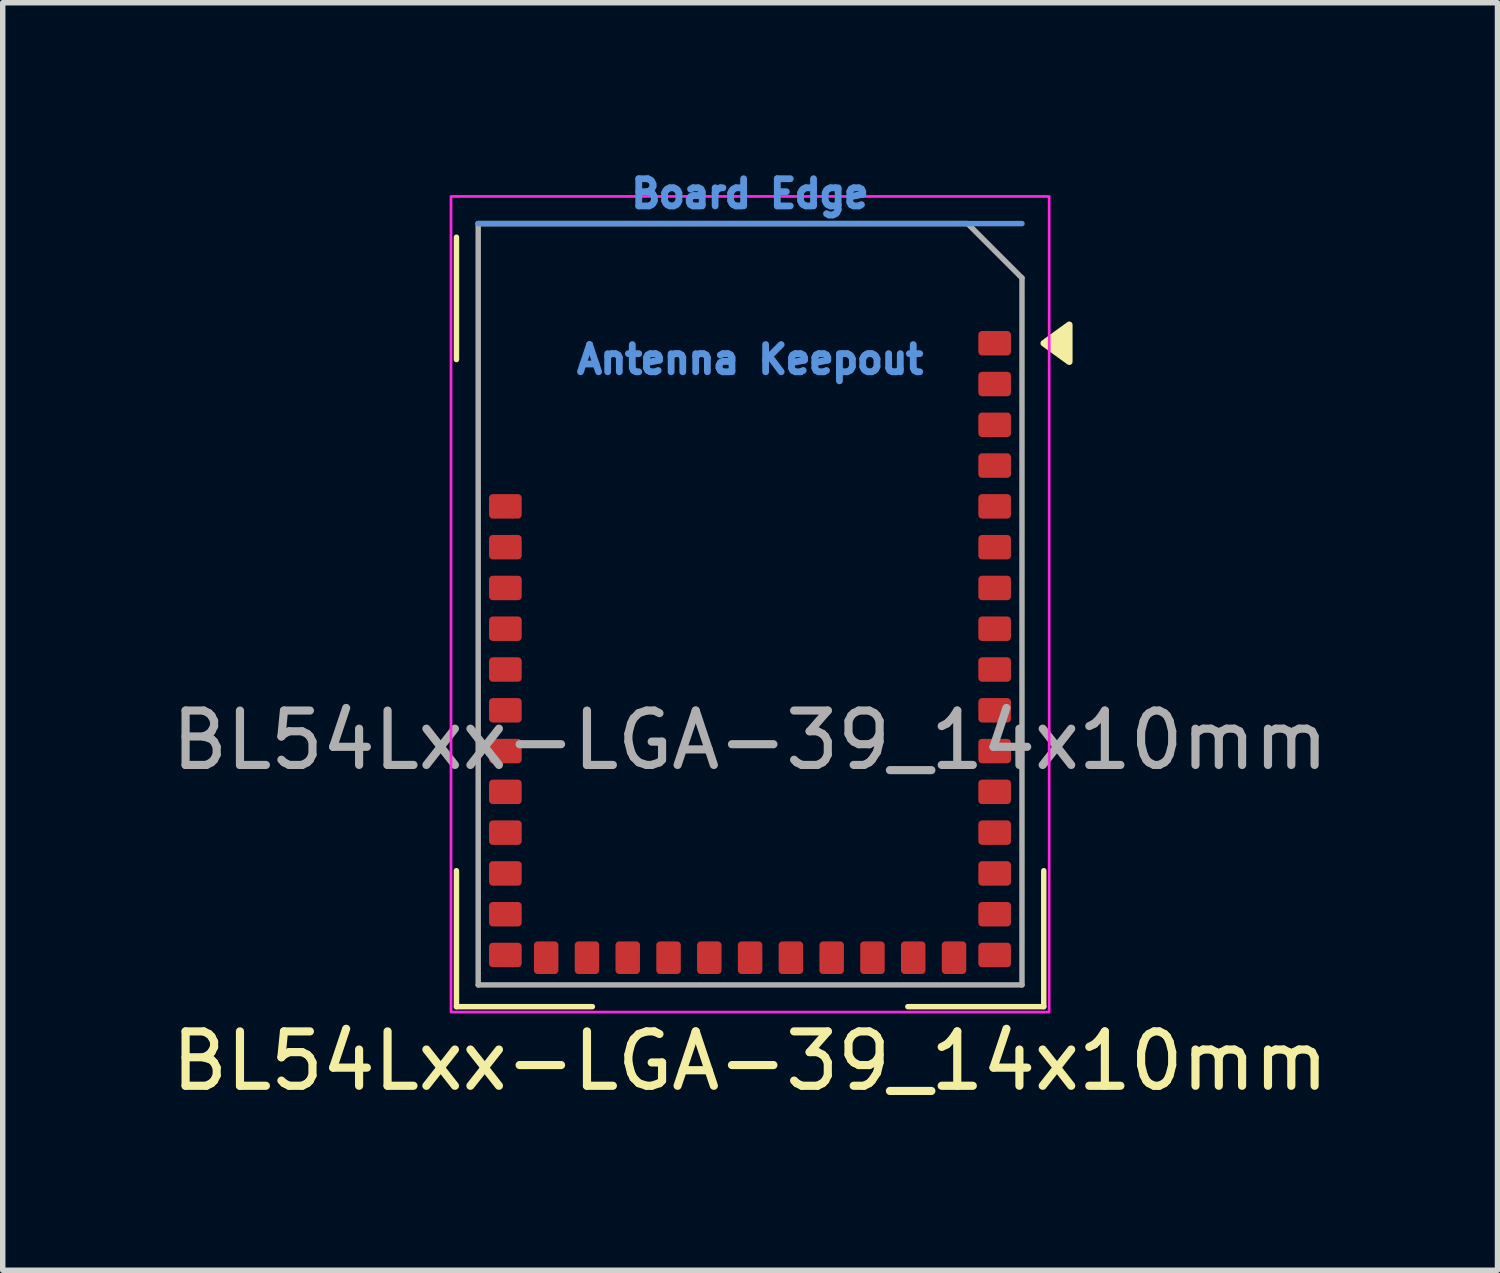
<source format=kicad_pcb>
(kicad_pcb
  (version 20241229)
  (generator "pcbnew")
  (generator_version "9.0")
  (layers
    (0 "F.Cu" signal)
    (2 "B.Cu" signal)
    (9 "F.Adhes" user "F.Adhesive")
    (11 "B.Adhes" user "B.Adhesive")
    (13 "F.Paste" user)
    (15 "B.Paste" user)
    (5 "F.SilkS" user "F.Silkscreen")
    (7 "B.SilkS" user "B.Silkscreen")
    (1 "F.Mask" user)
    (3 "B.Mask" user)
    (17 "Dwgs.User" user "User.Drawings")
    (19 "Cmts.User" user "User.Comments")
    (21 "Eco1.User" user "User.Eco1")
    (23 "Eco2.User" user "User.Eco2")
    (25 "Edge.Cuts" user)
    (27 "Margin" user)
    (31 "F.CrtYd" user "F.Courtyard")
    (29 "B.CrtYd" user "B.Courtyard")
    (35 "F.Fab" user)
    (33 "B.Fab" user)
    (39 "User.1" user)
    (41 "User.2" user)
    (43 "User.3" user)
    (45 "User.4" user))
  (footprint "BL54Lxx-LGA-39_14x10mm"
    (layer "F.Cu")
    (at 10.744 8.062)
    (property "Reference" "BL54Lxx-LGA-39_14x10mm" (at 0 8.4 0) (unlocked yes) (layer "F.SilkS") (effects (font (size 1 1) (thickness 0.15))))
    (attr smd)
    (fp_line (start -5.4 -4.5) (end -5.4 -6.75) (stroke (width 0.1) (type solid)) (layer "F.SilkS"))
    (fp_line (start -5.4 7.4) (end -5.4 4.9) (stroke (width 0.1) (type solid)) (layer "F.SilkS"))
    (fp_line (start -5.4 7.4) (end -2.9 7.4) (stroke (width 0.1) (type solid)) (layer "F.SilkS"))
    (fp_line (start 5.4 7.4) (end 2.9 7.4) (stroke (width 0.1) (type solid)) (layer "F.SilkS"))
    (fp_line (start 5.4 7.4) (end 5.4 4.9) (stroke (width 0.1) (type solid)) (layer "F.SilkS"))
    (fp_poly (pts (xy 5.4 -4.8) (xy 5.87 -5.14) (xy 5.87 -4.46) (xy 5.4 -4.8)) (stroke (width 0.12) (type solid)) (fill yes) (layer "F.SilkS"))
    (fp_line (start -5 -7) (end 5 -7) (stroke (width 0.1) (type default)) (layer "Cmts.User"))
    (fp_rect (start -5.5 -7.5) (end 5.5 7.5) (stroke (width 0.05) (type solid)) (fill no) (layer "F.CrtYd"))
    (fp_line (start -5 -7) (end 4 -7) (stroke (width 0.1) (type default)) (layer "F.Fab"))
    (fp_line (start -5 7) (end -5 -7) (stroke (width 0.1) (type default)) (layer "F.Fab"))
    (fp_line (start 4 -7) (end 5 -6) (stroke (width 0.1) (type default)) (layer "F.Fab"))
    (fp_line (start 5 7) (end -5 7) (stroke (width 0.1) (type default)) (layer "F.Fab"))
    (fp_line (start 5 7) (end 5 -6) (stroke (width 0.1) (type default)) (layer "F.Fab"))
    (fp_text user "Antenna Keepout" (at 0 -4.5 0) (unlocked yes) (layer "Cmts.User") (effects (font (size 0.5 0.5) (thickness 0.125))))
    (fp_text user "Board Edge" (at 0 -7.55 0) (unlocked yes) (layer "Cmts.User") (effects (font (size 0.5 0.5) (thickness 0.125))))
    (fp_text user "${REFERENCE}" (at 0 2.5 0) (unlocked yes) (layer "F.Fab") (effects (font (size 1 1) (thickness 0.15))))
    (pad "1" smd roundrect (at 4.497 -4.8) (size 0.6 0.45) (layers "F.Cu" "F.Mask" "F.Paste") (roundrect_rratio 0.15))
    (pad "2" smd roundrect (at 4.497 -4.05) (size 0.6 0.45) (layers "F.Cu" "F.Mask" "F.Paste") (roundrect_rratio 0.15))
    (pad "3" smd roundrect (at 4.497 -3.3) (size 0.6 0.45) (layers "F.Cu" "F.Mask" "F.Paste") (roundrect_rratio 0.15))
    (pad "4" smd roundrect (at 4.497 -2.55) (size 0.6 0.45) (layers "F.Cu" "F.Mask" "F.Paste") (roundrect_rratio 0.15))
    (pad "5" smd roundrect (at 4.497 -1.8) (size 0.6 0.45) (layers "F.Cu" "F.Mask" "F.Paste") (roundrect_rratio 0.15))
    (pad "6" smd roundrect (at 4.497 -1.05) (size 0.6 0.45) (layers "F.Cu" "F.Mask" "F.Paste") (roundrect_rratio 0.15))
    (pad "7" smd roundrect (at 4.497 -0.3) (size 0.6 0.45) (layers "F.Cu" "F.Mask" "F.Paste") (roundrect_rratio 0.15))
    (pad "8" smd roundrect (at 4.497 0.45) (size 0.6 0.45) (layers "F.Cu" "F.Mask" "F.Paste") (roundrect_rratio 0.15))
    (pad "9" smd roundrect (at 4.497 1.2) (size 0.6 0.45) (layers "F.Cu" "F.Mask" "F.Paste") (roundrect_rratio 0.15))
    (pad "10" smd roundrect (at 4.497 1.95) (size 0.6 0.45) (layers "F.Cu" "F.Mask" "F.Paste") (roundrect_rratio 0.15))
    (pad "11" smd roundrect (at 4.497 2.7) (size 0.6 0.45) (layers "F.Cu" "F.Mask" "F.Paste") (roundrect_rratio 0.15))
    (pad "12" smd roundrect (at 4.497 3.45) (size 0.6 0.45) (layers "F.Cu" "F.Mask" "F.Paste") (roundrect_rratio 0.15))
    (pad "13" smd roundrect (at 4.497 4.2) (size 0.6 0.45) (layers "F.Cu" "F.Mask" "F.Paste") (roundrect_rratio 0.15))
    (pad "14" smd roundrect (at 4.497 4.95) (size 0.6 0.45) (layers "F.Cu" "F.Mask" "F.Paste") (roundrect_rratio 0.15))
    (pad "15" smd roundrect (at 4.497 5.7) (size 0.6 0.45) (layers "F.Cu" "F.Mask" "F.Paste") (roundrect_rratio 0.15))
    (pad "16" smd roundrect (at 4.497 6.45) (size 0.6 0.45) (layers "F.Cu" "F.Mask" "F.Paste") (roundrect_rratio 0.15))
    (pad "17" smd roundrect (at 3.75 6.5 270) (size 0.6 0.45) (layers "F.Cu" "F.Mask" "F.Paste") (roundrect_rratio 0.15))
    (pad "18" smd roundrect (at 3 6.5 270) (size 0.6 0.45) (layers "F.Cu" "F.Mask" "F.Paste") (roundrect_rratio 0.15))
    (pad "19" smd roundrect (at 2.25 6.5 270) (size 0.6 0.45) (layers "F.Cu" "F.Mask" "F.Paste") (roundrect_rratio 0.15))
    (pad "20" smd roundrect (at 1.5 6.5 270) (size 0.6 0.45) (layers "F.Cu" "F.Mask" "F.Paste") (roundrect_rratio 0.15))
    (pad "21" smd roundrect (at 0.75 6.5 270) (size 0.6 0.45) (layers "F.Cu" "F.Mask" "F.Paste") (roundrect_rratio 0.15))
    (pad "22" smd roundrect (at 0 6.5 270) (size 0.6 0.45) (layers "F.Cu" "F.Mask" "F.Paste") (roundrect_rratio 0.15))
    (pad "23" smd roundrect (at -0.75 6.5 270) (size 0.6 0.45) (layers "F.Cu" "F.Mask" "F.Paste") (roundrect_rratio 0.15))
    (pad "24" smd roundrect (at -1.5 6.5 270) (size 0.6 0.45) (layers "F.Cu" "F.Mask" "F.Paste") (roundrect_rratio 0.15))
    (pad "25" smd roundrect (at -2.25 6.5 270) (size 0.6 0.45) (layers "F.Cu" "F.Mask" "F.Paste") (roundrect_rratio 0.15))
    (pad "26" smd roundrect (at -3 6.5 270) (size 0.6 0.45) (layers "F.Cu" "F.Mask" "F.Paste") (roundrect_rratio 0.15))
    (pad "27" smd roundrect (at -3.75 6.5 270) (size 0.6 0.45) (layers "F.Cu" "F.Mask" "F.Paste") (roundrect_rratio 0.15))
    (pad "28" smd roundrect (at -4.5 6.45) (size 0.6 0.45) (layers "F.Cu" "F.Mask" "F.Paste") (roundrect_rratio 0.15))
    (pad "29" smd roundrect (at -4.5 5.7) (size 0.6 0.45) (layers "F.Cu" "F.Mask" "F.Paste") (roundrect_rratio 0.15))
    (pad "30" smd roundrect (at -4.5 4.95) (size 0.6 0.45) (layers "F.Cu" "F.Mask" "F.Paste") (roundrect_rratio 0.15))
    (pad "31" smd roundrect (at -4.5 4.2) (size 0.6 0.45) (layers "F.Cu" "F.Mask" "F.Paste") (roundrect_rratio 0.15))
    (pad "32" smd roundrect (at -4.5 3.45) (size 0.6 0.45) (layers "F.Cu" "F.Mask" "F.Paste") (roundrect_rratio 0.15))
    (pad "33" smd roundrect (at -4.5 2.7) (size 0.6 0.45) (layers "F.Cu" "F.Mask" "F.Paste") (roundrect_rratio 0.15))
    (pad "34" smd roundrect (at -4.5 1.95) (size 0.6 0.45) (layers "F.Cu" "F.Mask" "F.Paste") (roundrect_rratio 0.15))
    (pad "35" smd roundrect (at -4.5 1.2) (size 0.6 0.45) (layers "F.Cu" "F.Mask" "F.Paste") (roundrect_rratio 0.15))
    (pad "36" smd roundrect (at -4.5 0.45) (size 0.6 0.45) (layers "F.Cu" "F.Mask" "F.Paste") (roundrect_rratio 0.15))
    (pad "37" smd roundrect (at -4.5 -0.3) (size 0.6 0.45) (layers "F.Cu" "F.Mask" "F.Paste") (roundrect_rratio 0.15))
    (pad "38" smd roundrect (at -4.5 -1.05) (size 0.6 0.45) (layers "F.Cu" "F.Mask" "F.Paste") (roundrect_rratio 0.15))
    (pad "39" smd roundrect (at -4.5 -1.8) (size 0.6 0.45) (layers "F.Cu" "F.Mask" "F.Paste") (roundrect_rratio 0.15))
    (zone (net_name "") (layers "F.Cu" "B.Cu") (hatch edge 0.5) (connect_pads) (min_thickness 0.25) (filled_areas_thickness no) (keepout (tracks allowed) (vias allowed) (pads allowed) (copperpour not_allowed) (footprints allowed)) (placement (enabled no)) (fill) (polygon (pts (xy 0.744 1.062) (xy 14.244 1.062) (xy 14.244 6.062) (xy 0.744 6.062)))))
  (gr_rect
    (start -3 -3)
    (end 24.488 20.31)
    (stroke (width 0.1) (type default))
    (fill no)
    (layer "Edge.Cuts")))
</source>
